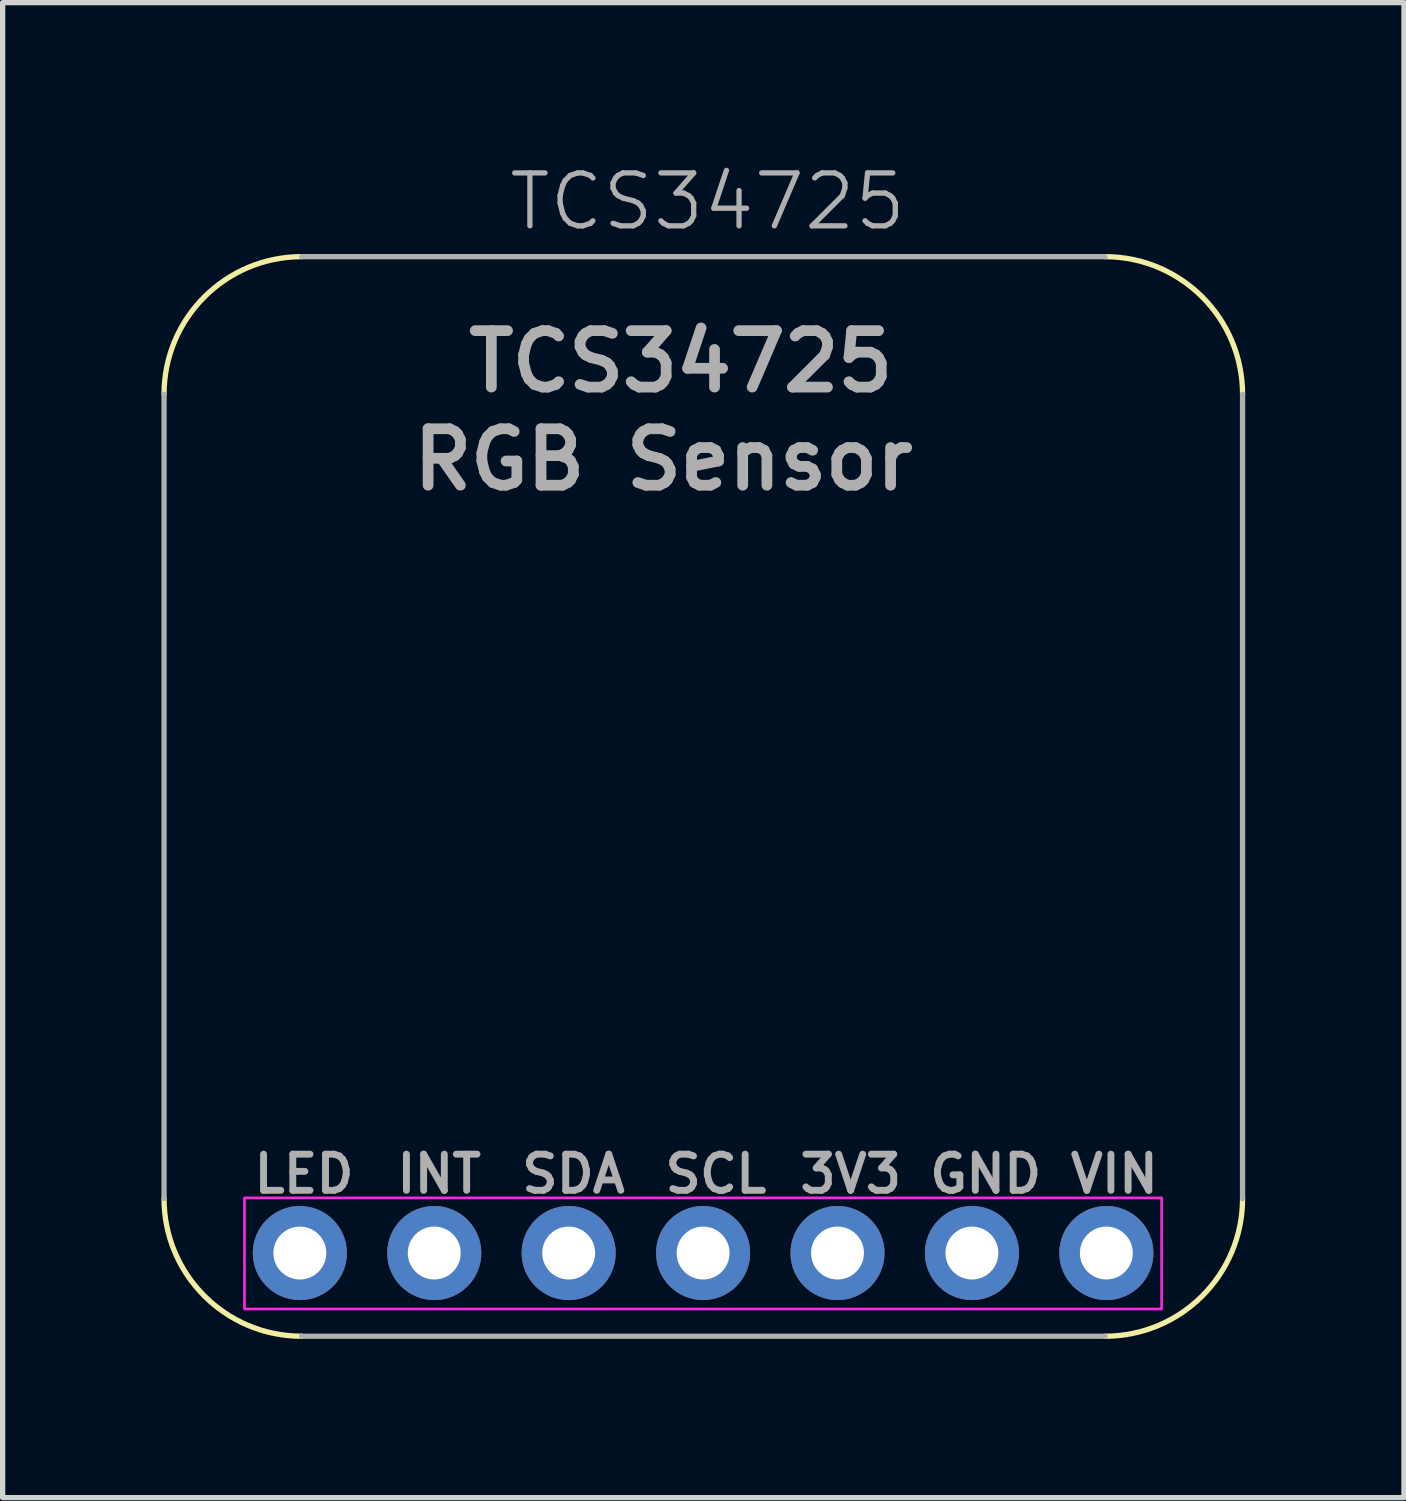
<source format=kicad_pcb>
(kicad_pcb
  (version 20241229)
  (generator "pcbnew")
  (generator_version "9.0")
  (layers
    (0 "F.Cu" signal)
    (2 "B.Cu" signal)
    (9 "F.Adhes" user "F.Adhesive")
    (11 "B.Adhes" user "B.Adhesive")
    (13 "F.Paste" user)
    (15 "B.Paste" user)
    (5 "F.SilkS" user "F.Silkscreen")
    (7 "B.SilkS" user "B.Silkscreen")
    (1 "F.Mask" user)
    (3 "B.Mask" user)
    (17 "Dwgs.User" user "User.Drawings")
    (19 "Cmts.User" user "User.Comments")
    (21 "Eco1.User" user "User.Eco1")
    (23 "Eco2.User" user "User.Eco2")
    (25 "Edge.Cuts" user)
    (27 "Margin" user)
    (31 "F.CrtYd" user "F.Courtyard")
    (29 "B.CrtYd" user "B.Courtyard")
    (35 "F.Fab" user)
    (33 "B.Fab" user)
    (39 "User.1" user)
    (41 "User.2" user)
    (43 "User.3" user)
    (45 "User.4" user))
  (footprint "TCS34725"
    (layer "F.Cu")
    (at 10.32 1.26)
    (property "Reference" "TCS34725" (at 0 -0.5 0) (unlocked yes) (layer "F.Fab") (effects (font (size 1 1) (thickness 0.1))))
    (attr smd)
    (fp_arc (start -10.27 3.14) (mid -9.508478 1.301522) (end -7.67 0.54) (stroke (width 0.1) (type solid)) (layer "F.SilkS"))
    (fp_arc (start -7.67 20.94) (mid -9.508478 20.178478) (end -10.27 18.34) (stroke (width 0.1) (type solid)) (layer "F.SilkS"))
    (fp_arc (start 7.51 0.54) (mid 9.348478 1.301522) (end 10.11 3.14) (stroke (width 0.1) (type solid)) (layer "F.SilkS"))
    (fp_arc (start 10.11 18.34) (mid 9.348478 20.178478) (end 7.51 20.94) (stroke (width 0.1) (type solid)) (layer "F.SilkS"))
    (fp_rect (start -8.75 18.325) (end 8.58 20.425) (stroke (width 0.05) (type default)) (fill no) (layer "F.CrtYd"))
    (fp_line (start -10.27 18.34) (end -10.27 3.14) (stroke (width 0.1) (type solid)) (layer "F.Fab"))
    (fp_line (start -7.67 0.54) (end 7.51 0.54) (stroke (width 0.1) (type solid)) (layer "F.Fab"))
    (fp_line (start 7.51 20.94) (end -7.67 20.94) (stroke (width 0.1) (type solid)) (layer "F.Fab"))
    (fp_line (start 10.11 3.14) (end 10.11 18.34) (stroke (width 0.1) (type solid)) (layer "F.Fab"))
    (fp_text user "SDA" (at -3.578 18.273 0) (unlocked yes) (layer "F.Fab") (effects (font (size 0.683 0.683) (thickness 0.13)) (justify left bottom)))
    (fp_text user "INT" (at -5.938 18.273 0) (unlocked yes) (layer "F.Fab") (effects (font (size 0.683 0.683) (thickness 0.13)) (justify left bottom)))
    (fp_text user "3V3" (at 1.676 18.273 0) (unlocked yes) (layer "F.Fab") (effects (font (size 0.683 0.683) (thickness 0.13)) (justify left bottom)))
    (fp_text user "SCL" (at -0.871 18.273 0) (unlocked yes) (layer "F.Fab") (effects (font (size 0.683 0.683) (thickness 0.13)) (justify left bottom)))
    (fp_text user "RGB Sensor" (at -5.668 5 0) (unlocked yes) (layer "F.Fab") (effects (font (size 1.067 1.067) (thickness 0.203)) (justify left bottom)))
    (fp_text user "LED" (at -8.638 18.273 0) (unlocked yes) (layer "F.Fab") (effects (font (size 0.683 0.683) (thickness 0.13)) (justify left bottom)))
    (fp_text user "TCS34725" (at -4.625 3.146 0) (unlocked yes) (layer "F.Fab") (effects (font (size 1.067 1.067) (thickness 0.203)) (justify left bottom)))
    (fp_text user "GND" (at 4.129 18.273 0) (unlocked yes) (layer "F.Fab") (effects (font (size 0.683 0.683) (thickness 0.13)) (justify left bottom)))
    (fp_text user "VIN" (at 6.789 18.273 0) (unlocked yes) (layer "F.Fab") (effects (font (size 0.683 0.683) (thickness 0.13)) (justify left bottom)))
    (pad "1" thru_hole circle (at 7.536 19.368 270) (size 1.778 1.778) (drill 1) (layers "*.Cu" "*.Mask"))
    (pad "2" thru_hole circle (at 4.996 19.368 270) (size 1.778 1.778) (drill 1) (layers "*.Cu" "*.Mask"))
    (pad "3" thru_hole circle (at 2.456 19.368 270) (size 1.778 1.778) (drill 1) (layers "*.Cu" "*.Mask"))
    (pad "4" thru_hole circle (at -0.084 19.368 270) (size 1.778 1.778) (drill 1) (layers "*.Cu" "*.Mask"))
    (pad "5" thru_hole circle (at -2.624 19.368 270) (size 1.778 1.778) (drill 1) (layers "*.Cu" "*.Mask"))
    (pad "6" thru_hole circle (at -5.164 19.368 270) (size 1.778 1.778) (drill 1) (layers "*.Cu" "*.Mask"))
    (pad "7" thru_hole circle (at -7.704 19.368 270) (size 1.778 1.778) (drill 1) (layers "*.Cu" "*.Mask")))
  (gr_rect
    (start -3 -3)
    (end 23.48 25.25)
    (stroke (width 0.1) (type default))
    (fill no)
    (layer "Edge.Cuts")))
</source>
